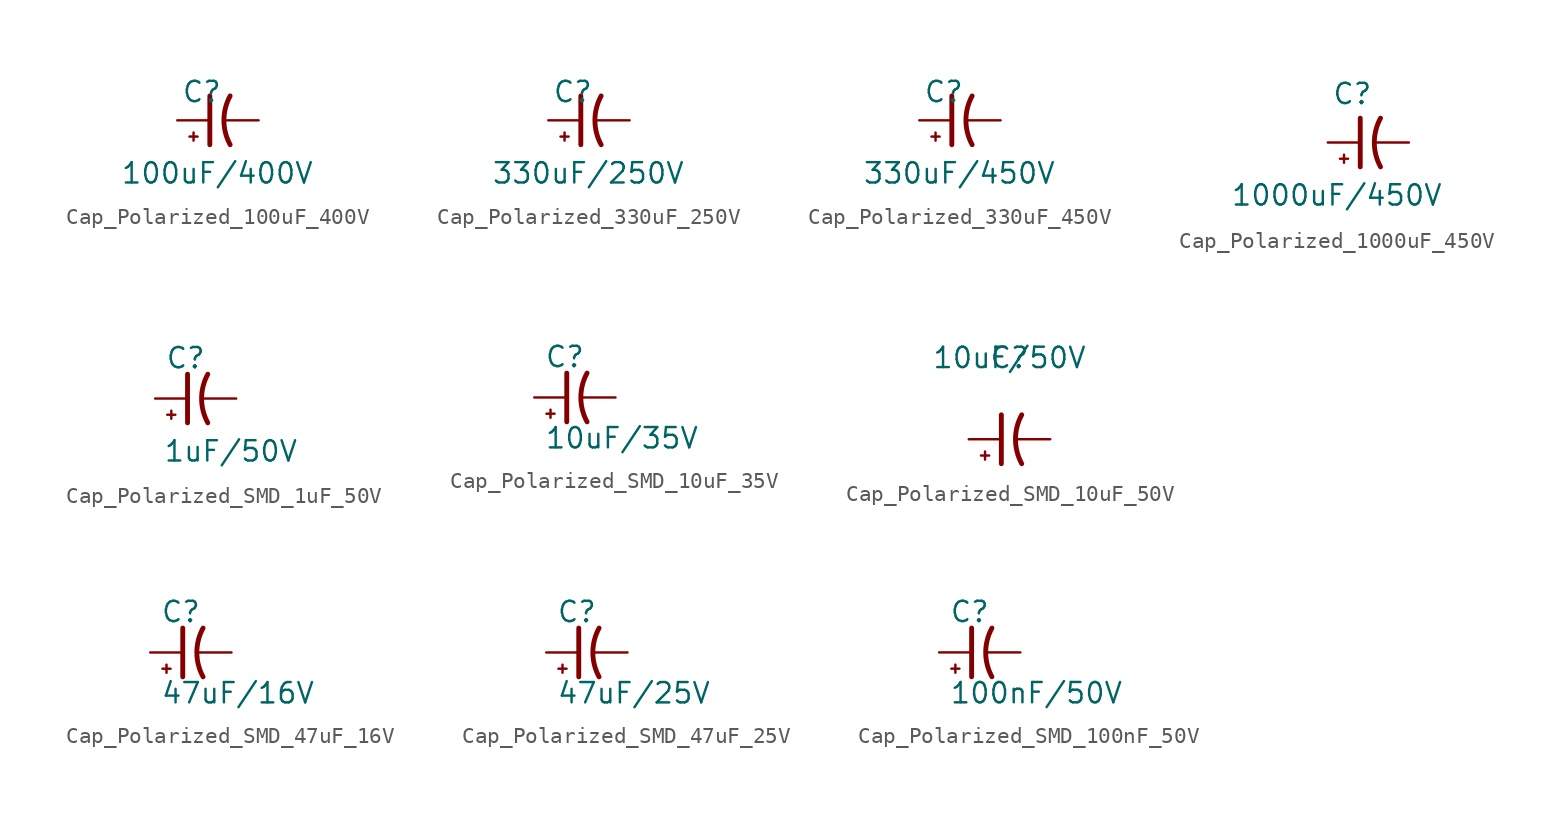
<source format=kicad_sym>
(kicad_symbol_lib
  (version 20231120)
  (generator "kicad_symbol_editor")
  (generator_version "8.0")
  (symbol "Cap_Polarized_100uF_400V"
    (pin_numbers hide)
    (pin_names
      (offset 0.254) hide)
    (property "Reference" "C"
      (at 0.254 1.778 0)
      (effects (font (size 1.27 1.27)) (justify left)))
    (property "Value" "100uF/400V"
      (at -3.556 -3.302 0)
      (effects (font (size 1.27 1.27)) (justify left)))
    (symbol "Cap_Polarized_100uF_400V_0_1"
      (polyline (pts (xy 1.016 -1.27) (xy 1.016 -0.762)) (stroke (width 0) (type default)) (fill (type none)))
      (polyline (pts (xy 1.27 -1.016) (xy 0.762 -1.016)) (stroke (width 0) (type default)) (fill (type none)))
      (polyline (pts (xy 2.032 -1.524) (xy 2.032 1.524)) (stroke (width 0.305) (type default)) (fill (type none)))
      (arc (start 3.302 1.524) (mid 2.9134 0) (end 3.302 -1.524) (stroke (width 0.3048) (type default)) (fill (type none))))
    (symbol "Cap_Polarized_100uF_400V_1_1"
      (pin passive line (at 0 0 0) (length 2.032) (name "" (effects (font (size 1.27 1.27)))) (number "1" (effects (font (size 1.27 1.27)))))
      (pin passive line (at 5.08 0 180) (length 2.032) (name "~" (effects (font (size 1.27 1.27)))) (number "2" (effects (font (size 1.27 1.27)))))))
  (symbol "Cap_Polarized_330uF_250V"
    (pin_numbers hide)
    (pin_names
      (offset 0.254) hide)
    (property "Reference" "C"
      (at 0.254 1.778 0)
      (effects (font (size 1.27 1.27)) (justify left)))
    (property "Value" "330uF/250V"
      (at -3.556 -3.302 0)
      (effects (font (size 1.27 1.27)) (justify left)))
    (symbol "Cap_Polarized_330uF_250V_0_1"
      (polyline (pts (xy 1.016 -1.27) (xy 1.016 -0.762)) (stroke (width 0) (type default)) (fill (type none)))
      (polyline (pts (xy 1.27 -1.016) (xy 0.762 -1.016)) (stroke (width 0) (type default)) (fill (type none)))
      (polyline (pts (xy 2.032 -1.524) (xy 2.032 1.524)) (stroke (width 0.305) (type default)) (fill (type none)))
      (arc (start 3.302 1.524) (mid 2.9134 0) (end 3.302 -1.524) (stroke (width 0.3048) (type default)) (fill (type none))))
    (symbol "Cap_Polarized_330uF_250V_1_1"
      (pin passive line (at 0 0 0) (length 2.032) (name "" (effects (font (size 1.27 1.27)))) (number "1" (effects (font (size 1.27 1.27)))))
      (pin passive line (at 5.08 0 180) (length 2.032) (name "~" (effects (font (size 1.27 1.27)))) (number "2" (effects (font (size 1.27 1.27)))))))
  (symbol "Cap_Polarized_330uF_450V"
    (pin_numbers hide)
    (pin_names
      (offset 0.254) hide)
    (property "Reference" "C"
      (at 0.254 1.778 0)
      (effects (font (size 1.27 1.27)) (justify left)))
    (property "Value" "330uF/450V"
      (at -3.556 -3.302 0)
      (effects (font (size 1.27 1.27)) (justify left)))
    (symbol "Cap_Polarized_330uF_450V_0_1"
      (polyline (pts (xy 1.016 -1.27) (xy 1.016 -0.762)) (stroke (width 0) (type default)) (fill (type none)))
      (polyline (pts (xy 1.27 -1.016) (xy 0.762 -1.016)) (stroke (width 0) (type default)) (fill (type none)))
      (polyline (pts (xy 2.032 -1.524) (xy 2.032 1.524)) (stroke (width 0.305) (type default)) (fill (type none)))
      (arc (start 3.302 1.524) (mid 2.9134 0) (end 3.302 -1.524) (stroke (width 0.3048) (type default)) (fill (type none))))
    (symbol "Cap_Polarized_330uF_450V_1_1"
      (pin passive line (at 0 0 0) (length 2.032) (name "" (effects (font (size 1.27 1.27)))) (number "1" (effects (font (size 1.27 1.27)))))
      (pin passive line (at 5.08 0 180) (length 2.032) (name "~" (effects (font (size 1.27 1.27)))) (number "2" (effects (font (size 1.27 1.27)))))))
  (symbol "Cap_Polarized_1000uF_450V"
    (pin_numbers hide)
    (pin_names
      (offset 0.254) hide)
    (property "Reference" "C"
      (at 0.254 3.048 0)
      (effects (font (size 1.27 1.27)) (justify left)))
    (property "Value" "1000uF/450V"
      (at -6.096 -3.302 0)
      (effects (font (size 1.27 1.27)) (justify left)))
    (symbol "Cap_Polarized_1000uF_450V_0_1"
      (polyline (pts (xy 1.016 -1.27) (xy 1.016 -0.762)) (stroke (width 0) (type default)) (fill (type none)))
      (polyline (pts (xy 1.27 -1.016) (xy 0.762 -1.016)) (stroke (width 0) (type default)) (fill (type none)))
      (polyline (pts (xy 2.032 -1.524) (xy 2.032 1.524)) (stroke (width 0.305) (type default)) (fill (type none)))
      (arc (start 3.302 1.524) (mid 2.9134 0) (end 3.302 -1.524) (stroke (width 0.3048) (type default)) (fill (type none))))
    (symbol "Cap_Polarized_1000uF_450V_1_1"
      (pin passive line (at 0 0 0) (length 2.032) (name "~" (effects (font (size 1.27 1.27)))) (number "1" (effects (font (size 1.27 1.27)))))
      (pin passive line (at 5.08 0 180) (length 2.032) (name "~" (effects (font (size 1.27 1.27)))) (number "2" (effects (font (size 1.27 1.27)))))))
  (symbol "Cap_Polarized_SMD_1uF_50V"
    (pin_numbers hide)
    (pin_names
      (offset 0.254))
    (property "Reference" "C"
      (at 0.635 2.54 0)
      (effects (font (size 1.27 1.27)) (justify left)))
    (property "Value" "1uF/50V"
      (at 0.508 -3.302 0)
      (effects (font (size 1.27 1.27)) (justify left)))
    (symbol "Cap_Polarized_SMD_1uF_50V_0_1"
      (polyline (pts (xy 1.016 -1.27) (xy 1.016 -0.762)) (stroke (width 0) (type default)) (fill (type none)))
      (polyline (pts (xy 1.27 -1.016) (xy 0.762 -1.016)) (stroke (width 0) (type default)) (fill (type none)))
      (polyline (pts (xy 2.032 -1.524) (xy 2.032 1.524)) (stroke (width 0.305) (type default)) (fill (type none)))
      (arc (start 3.302 1.524) (mid 2.9134 0) (end 3.302 -1.524) (stroke (width 0.3048) (type default)) (fill (type none))))
    (symbol "Cap_Polarized_SMD_1uF_50V_1_1"
      (pin passive line (at 0 0 0) (length 2.032) (name "~" (effects (font (size 1.27 1.27)))) (number "1" (effects (font (size 1.27 1.27)))))
      (pin passive line (at 5.08 0 180) (length 2.032) (name "~" (effects (font (size 1.27 1.27)))) (number "2" (effects (font (size 1.27 1.27)))))))
  (symbol "Cap_Polarized_SMD_10uF_35V"
    (pin_numbers hide)
    (pin_names
      (offset 0.254))
    (property "Reference" "C"
      (at 0.635 2.54 0)
      (effects (font (size 1.27 1.27)) (justify left)))
    (property "Value" "10uF/35V"
      (at 0.635 -2.54 0)
      (effects (font (size 1.27 1.27)) (justify left)))
    (symbol "Cap_Polarized_SMD_10uF_35V_0_1"
      (polyline (pts (xy 1.016 -1.27) (xy 1.016 -0.762)) (stroke (width 0) (type default)) (fill (type none)))
      (polyline (pts (xy 1.27 -1.016) (xy 0.762 -1.016)) (stroke (width 0) (type default)) (fill (type none)))
      (polyline (pts (xy 2.032 -1.524) (xy 2.032 1.524)) (stroke (width 0.305) (type default)) (fill (type none)))
      (arc (start 3.302 1.524) (mid 2.9134 0) (end 3.302 -1.524) (stroke (width 0.3048) (type default)) (fill (type none))))
    (symbol "Cap_Polarized_SMD_10uF_35V_1_1"
      (pin passive line (at 0 0 0) (length 2.032) (name "~" (effects (font (size 1.27 1.27)))) (number "1" (effects (font (size 1.27 1.27)))))
      (pin passive line (at 5.08 0 180) (length 2.032) (name "~" (effects (font (size 1.27 1.27)))) (number "2" (effects (font (size 1.27 1.27)))))))
  (symbol "Cap_Polarized_SMD_10uF_50V"
    (pin_numbers hide)
    (pin_names hide)
    (property "Reference" "C"
      (at 0 0 0)
      (effects (font (size 1.27 1.27))))
    (property "Value" "10uF/50V"
      (at 0 0 0)
      (effects (font (size 1.27 1.27))))
    (symbol "Cap_Polarized_SMD_10uF_50V_0_1"
      (polyline (pts (xy -1.524 -6.35) (xy -1.524 -5.842)) (stroke (width 0) (type default)) (fill (type none)))
      (polyline (pts (xy -1.27 -6.096) (xy -1.778 -6.096)) (stroke (width 0) (type default)) (fill (type none)))
      (polyline (pts (xy -0.508 -6.604) (xy -0.508 -3.556)) (stroke (width 0.305) (type default)) (fill (type none)))
      (arc (start 0.762 -3.556) (mid 0.3734 -5.08) (end 0.762 -6.604) (stroke (width 0.3048) (type default)) (fill (type none))))
    (symbol "Cap_Polarized_SMD_10uF_50V_1_1"
      (pin passive line (at -2.54 -5.08 0) (length 2.032) (name "" (effects (font (size 1.27 1.27)))) (number "1" (effects (font (size 1.27 1.27)))))
      (pin passive line (at 2.54 -5.08 180) (length 2.032) (name "~" (effects (font (size 1.27 1.27)))) (number "2" (effects (font (size 1.27 1.27)))))))
  (symbol "Cap_Polarized_SMD_47uF_16V"
    (pin_numbers hide)
    (pin_names
      (offset 0.254))
    (property "Reference" "C"
      (at 0.635 2.54 0)
      (effects (font (size 1.27 1.27)) (justify left)))
    (property "Value" "47uF/16V"
      (at 0.635 -2.54 0)
      (effects (font (size 1.27 1.27)) (justify left)))
    (symbol "Cap_Polarized_SMD_47uF_16V_0_1"
      (polyline (pts (xy 1.016 -1.27) (xy 1.016 -0.762)) (stroke (width 0) (type default)) (fill (type none)))
      (polyline (pts (xy 1.27 -1.016) (xy 0.762 -1.016)) (stroke (width 0) (type default)) (fill (type none)))
      (polyline (pts (xy 2.032 -1.524) (xy 2.032 1.524)) (stroke (width 0.305) (type default)) (fill (type none)))
      (arc (start 3.302 1.524) (mid 2.9134 0) (end 3.302 -1.524) (stroke (width 0.3048) (type default)) (fill (type none))))
    (symbol "Cap_Polarized_SMD_47uF_16V_1_1"
      (pin passive line (at 0 0 0) (length 2.032) (name "~" (effects (font (size 1.27 1.27)))) (number "1" (effects (font (size 1.27 1.27)))))
      (pin passive line (at 5.08 0 180) (length 2.032) (name "~" (effects (font (size 1.27 1.27)))) (number "2" (effects (font (size 1.27 1.27)))))))
  (symbol "Cap_Polarized_SMD_47uF_25V"
    (pin_numbers hide)
    (pin_names
      (offset 0.254))
    (property "Reference" "C"
      (at 0.635 2.54 0)
      (effects (font (size 1.27 1.27)) (justify left)))
    (property "Value" "47uF/25V"
      (at 0.635 -2.54 0)
      (effects (font (size 1.27 1.27)) (justify left)))
    (symbol "Cap_Polarized_SMD_47uF_25V_0_1"
      (polyline (pts (xy 1.016 -1.27) (xy 1.016 -0.762)) (stroke (width 0) (type default)) (fill (type none)))
      (polyline (pts (xy 1.27 -1.016) (xy 0.762 -1.016)) (stroke (width 0) (type default)) (fill (type none)))
      (polyline (pts (xy 2.032 -1.524) (xy 2.032 1.524)) (stroke (width 0.305) (type default)) (fill (type none)))
      (arc (start 3.302 1.524) (mid 2.9134 0) (end 3.302 -1.524) (stroke (width 0.3048) (type default)) (fill (type none))))
    (symbol "Cap_Polarized_SMD_47uF_25V_1_1"
      (pin passive line (at 0 0 0) (length 2.032) (name "~" (effects (font (size 1.27 1.27)))) (number "1" (effects (font (size 1.27 1.27)))))
      (pin passive line (at 5.08 0 180) (length 2.032) (name "~" (effects (font (size 1.27 1.27)))) (number "2" (effects (font (size 1.27 1.27)))))))
  (symbol "Cap_Polarized_SMD_100nF_50V"
    (pin_numbers hide)
    (pin_names
      (offset 0.254))
    (property "Reference" "C"
      (at 0.635 2.54 0)
      (effects (font (size 1.27 1.27)) (justify left)))
    (property "Value" "100nF/50V"
      (at 0.635 -2.54 0)
      (effects (font (size 1.27 1.27)) (justify left)))
    (symbol "Cap_Polarized_SMD_100nF_50V_0_1"
      (polyline (pts (xy 1.016 -1.27) (xy 1.016 -0.762)) (stroke (width 0) (type default)) (fill (type none)))
      (polyline (pts (xy 1.27 -1.016) (xy 0.762 -1.016)) (stroke (width 0) (type default)) (fill (type none)))
      (polyline (pts (xy 2.032 -1.524) (xy 2.032 1.524)) (stroke (width 0.305) (type default)) (fill (type none)))
      (arc (start 3.302 1.524) (mid 2.9134 0) (end 3.302 -1.524) (stroke (width 0.3048) (type default)) (fill (type none))))
    (symbol "Cap_Polarized_SMD_100nF_50V_1_1"
      (pin passive line (at 0 0 0) (length 2.032) (name "~" (effects (font (size 1.27 1.27)))) (number "1" (effects (font (size 1.27 1.27)))))
      (pin passive line (at 5.08 0 180) (length 2.032) (name "~" (effects (font (size 1.27 1.27)))) (number "2" (effects (font (size 1.27 1.27))))))))
</source>
